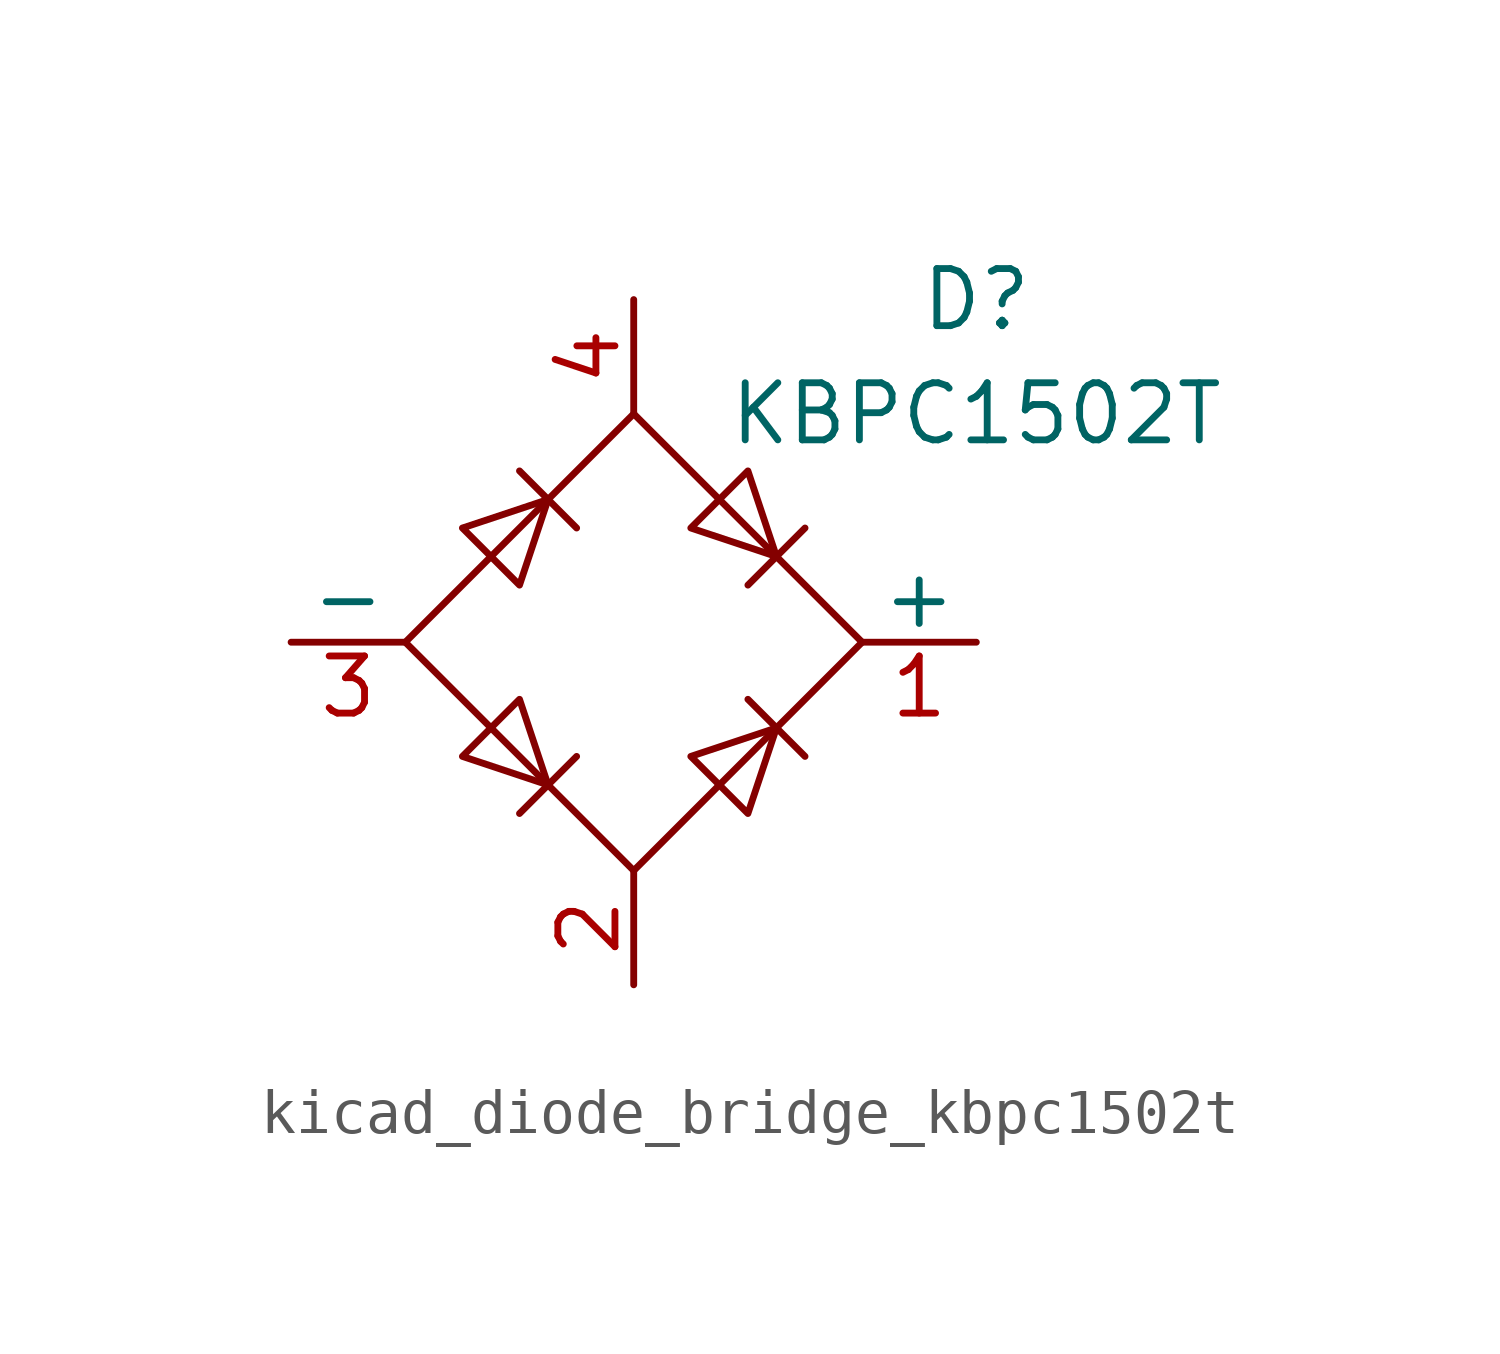
<source format=kicad_sym>
(kicad_symbol_lib
  (version 20220914)
  (generator kicad_symbol_editor)
  (symbol "kicad_diode_bridge_kbpc1502t"
    (pin_names
      (offset 0))
    (property "Reference" "D"
      (at 7.62 7.62 0)
      (effects (font (size 1.27 1.27))))
    (property "Value" "KBPC1502T"
      (at 7.62 5.08 0)
      (effects (font (size 1.27 1.27))))
    (symbol "kicad_diode_bridge_kbpc1502t_0_1"
      (polyline (pts (xy -2.54 3.81) (xy -1.27 2.54)) (stroke (width 0) (type default)) (fill (type none)))
      (polyline (pts (xy -1.27 -2.54) (xy -2.54 -3.81)) (stroke (width 0) (type default)) (fill (type none)))
      (polyline (pts (xy 2.54 -1.27) (xy 3.81 -2.54)) (stroke (width 0) (type default)) (fill (type none)))
      (polyline (pts (xy 2.54 1.27) (xy 3.81 2.54)) (stroke (width 0) (type default)) (fill (type none)))
      (polyline (pts (xy -3.81 2.54) (xy -2.54 1.27) (xy -1.905 3.175) (xy -3.81 2.54)) (stroke (width 0) (type default)) (fill (type none)))
      (polyline (pts (xy -2.54 -1.27) (xy -3.81 -2.54) (xy -1.905 -3.175) (xy -2.54 -1.27)) (stroke (width 0) (type default)) (fill (type none)))
      (polyline (pts (xy 1.27 2.54) (xy 2.54 3.81) (xy 3.175 1.905) (xy 1.27 2.54)) (stroke (width 0) (type default)) (fill (type none)))
      (polyline (pts (xy 3.175 -1.905) (xy 1.27 -2.54) (xy 2.54 -3.81) (xy 3.175 -1.905)) (stroke (width 0) (type default)) (fill (type none)))
      (polyline (pts (xy -5.08 0) (xy 0 -5.08) (xy 5.08 0) (xy 0 5.08) (xy -5.08 0)) (stroke (width 0) (type default)) (fill (type none))))
    (symbol "kicad_diode_bridge_kbpc1502t_1_1"
      (pin passive line (at 7.62 0 180) (length 2.54) (name "+" (effects (font (size 1.27 1.27)))) (number "1" (effects (font (size 1.27 1.27)))))
      (pin passive line (at 0 -7.62 90) (length 2.54) (name "~" (effects (font (size 1.27 1.27)))) (number "2" (effects (font (size 1.27 1.27)))))
      (pin passive line (at -7.62 0 0) (length 2.54) (name "-" (effects (font (size 1.27 1.27)))) (number "3" (effects (font (size 1.27 1.27)))))
      (pin passive line (at 0 7.62 270) (length 2.54) (name "~" (effects (font (size 1.27 1.27)))) (number "4" (effects (font (size 1.27 1.27))))))))
</source>
